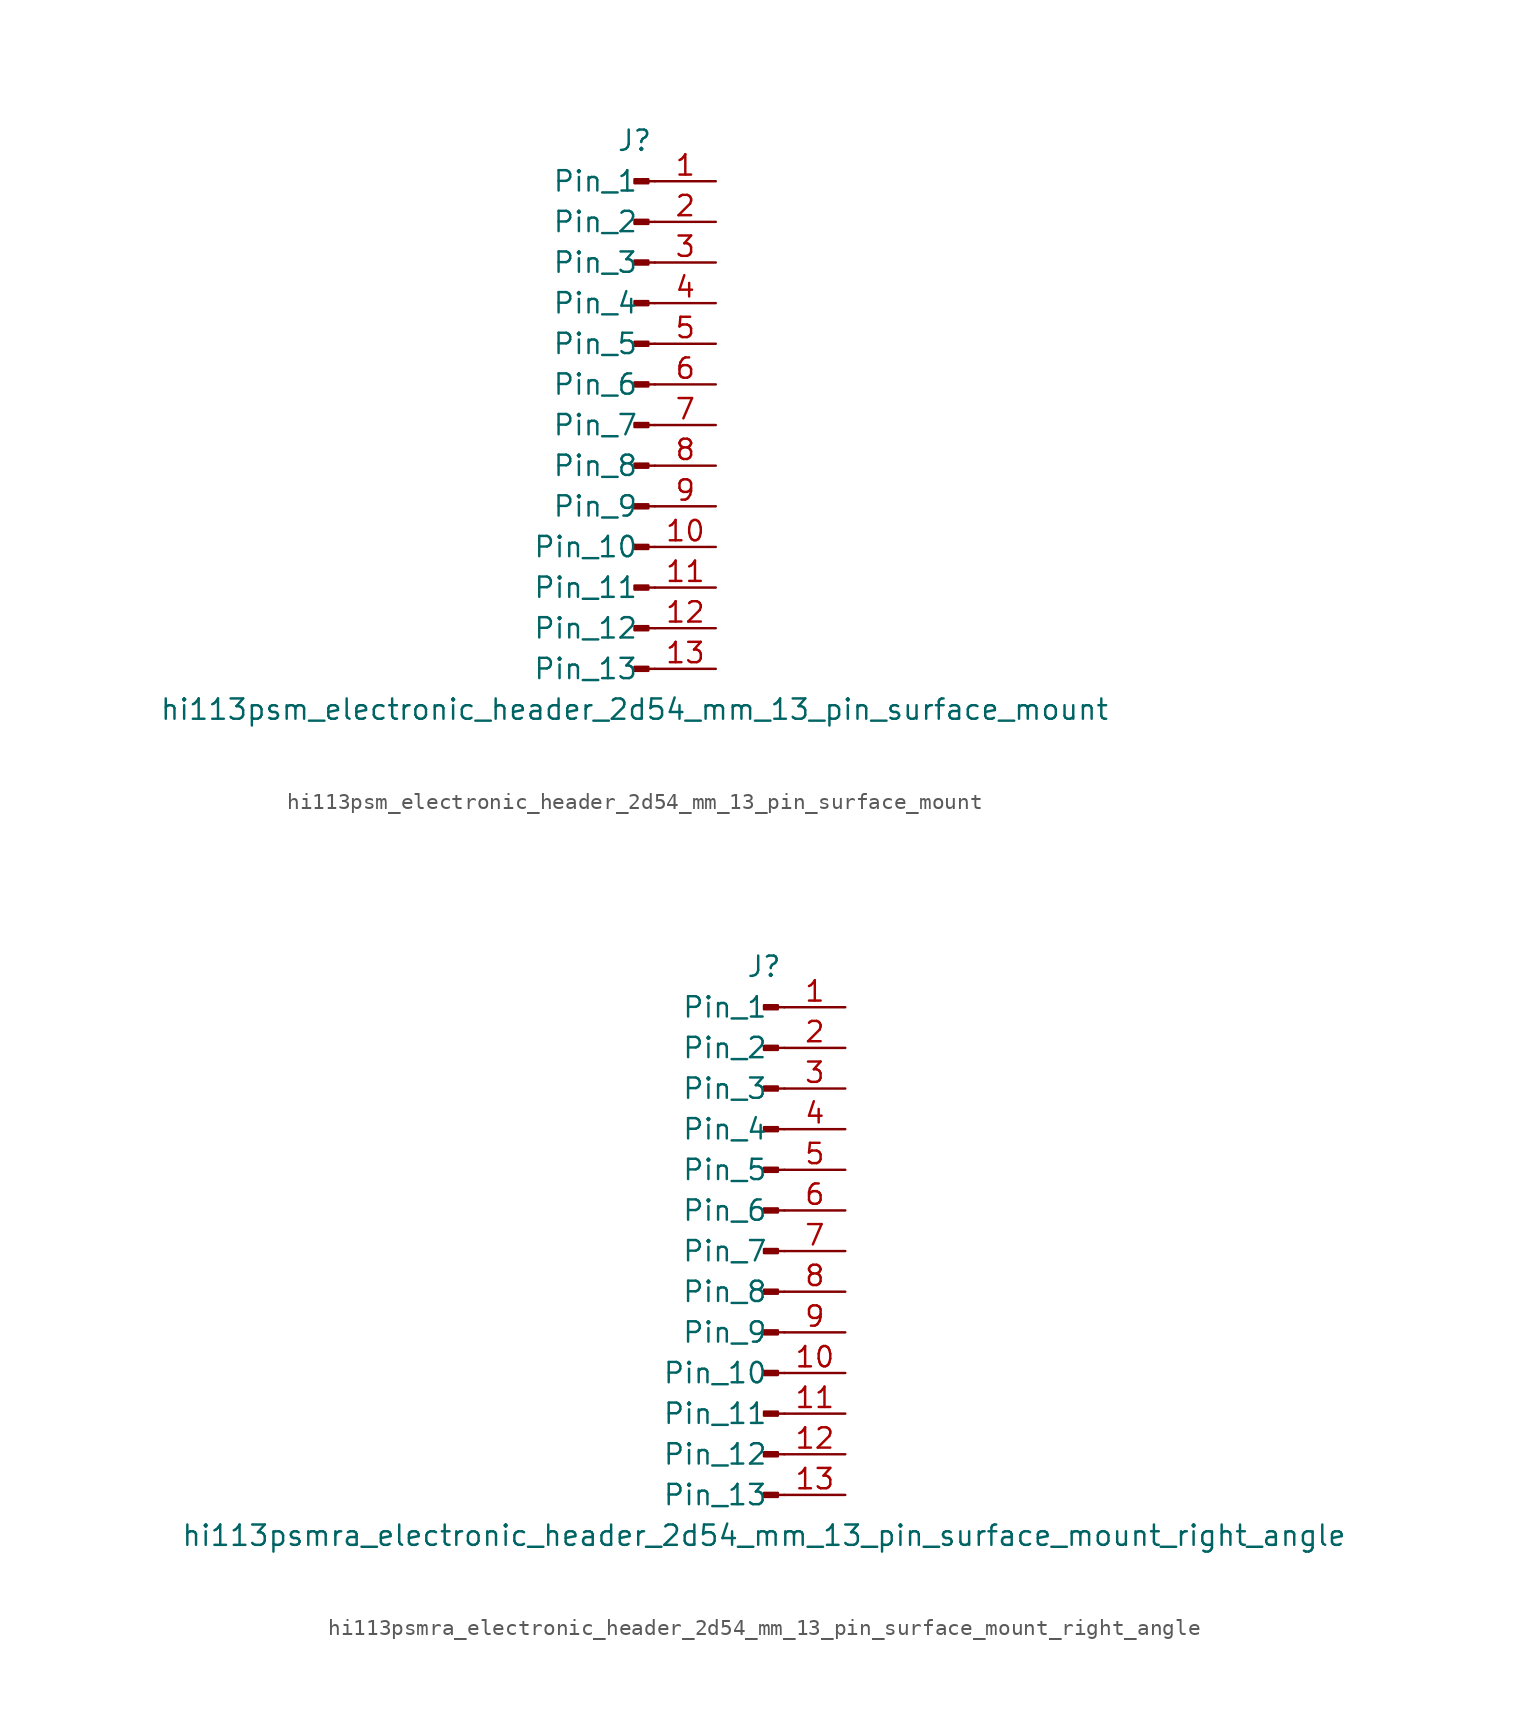
<source format=kicad_sym>
(kicad_symbol_lib
  (version 20220914)
  (generator kicad_symbol_editor)
  (symbol "hi113psm_electronic_header_2d54_mm_13_pin_surface_mount"
    (pin_names
      (offset 1.016))
    (property "Reference" "J"
      (at 0 17.78 0)
      (effects (font (size 1.27 1.27))))
    (property "Value" "hi113psm_electronic_header_2d54_mm_13_pin_surface_mount"
      (at 0 -17.78 0)
      (effects (font (size 1.27 1.27))))
    (property "ki_locked" ""
      (at 0 0 0)
      (effects (font (size 1.27 1.27))))
    (symbol "hi113psm_electronic_header_2d54_mm_13_pin_surface_mount_1_1"
      (polyline (pts (xy 1.27 -15.24) (xy 0.864 -15.24)) (stroke (width 0.152) (type default)) (fill (type none)))
      (polyline (pts (xy 1.27 -12.7) (xy 0.864 -12.7)) (stroke (width 0.152) (type default)) (fill (type none)))
      (polyline (pts (xy 1.27 -10.16) (xy 0.864 -10.16)) (stroke (width 0.152) (type default)) (fill (type none)))
      (polyline (pts (xy 1.27 -7.62) (xy 0.864 -7.62)) (stroke (width 0.152) (type default)) (fill (type none)))
      (polyline (pts (xy 1.27 -5.08) (xy 0.864 -5.08)) (stroke (width 0.152) (type default)) (fill (type none)))
      (polyline (pts (xy 1.27 -2.54) (xy 0.864 -2.54)) (stroke (width 0.152) (type default)) (fill (type none)))
      (polyline (pts (xy 1.27 0) (xy 0.864 0)) (stroke (width 0.152) (type default)) (fill (type none)))
      (polyline (pts (xy 1.27 2.54) (xy 0.864 2.54)) (stroke (width 0.152) (type default)) (fill (type none)))
      (polyline (pts (xy 1.27 5.08) (xy 0.864 5.08)) (stroke (width 0.152) (type default)) (fill (type none)))
      (polyline (pts (xy 1.27 7.62) (xy 0.864 7.62)) (stroke (width 0.152) (type default)) (fill (type none)))
      (polyline (pts (xy 1.27 10.16) (xy 0.864 10.16)) (stroke (width 0.152) (type default)) (fill (type none)))
      (polyline (pts (xy 1.27 12.7) (xy 0.864 12.7)) (stroke (width 0.152) (type default)) (fill (type none)))
      (polyline (pts (xy 1.27 15.24) (xy 0.864 15.24)) (stroke (width 0.152) (type default)) (fill (type none)))
      (rectangle (start 0.864 -15.113) (end 0 -15.367) (stroke (width 0.152) (type default)) (fill (type outline)))
      (rectangle (start 0.864 -12.573) (end 0 -12.827) (stroke (width 0.152) (type default)) (fill (type outline)))
      (rectangle (start 0.864 -10.033) (end 0 -10.287) (stroke (width 0.152) (type default)) (fill (type outline)))
      (rectangle (start 0.864 -7.493) (end 0 -7.747) (stroke (width 0.152) (type default)) (fill (type outline)))
      (rectangle (start 0.864 -4.953) (end 0 -5.207) (stroke (width 0.152) (type default)) (fill (type outline)))
      (rectangle (start 0.864 -2.413) (end 0 -2.667) (stroke (width 0.152) (type default)) (fill (type outline)))
      (rectangle (start 0.864 0.127) (end 0 -0.127) (stroke (width 0.152) (type default)) (fill (type outline)))
      (rectangle (start 0.864 2.667) (end 0 2.413) (stroke (width 0.152) (type default)) (fill (type outline)))
      (rectangle (start 0.864 5.207) (end 0 4.953) (stroke (width 0.152) (type default)) (fill (type outline)))
      (rectangle (start 0.864 7.747) (end 0 7.493) (stroke (width 0.152) (type default)) (fill (type outline)))
      (rectangle (start 0.864 10.287) (end 0 10.033) (stroke (width 0.152) (type default)) (fill (type outline)))
      (rectangle (start 0.864 12.827) (end 0 12.573) (stroke (width 0.152) (type default)) (fill (type outline)))
      (rectangle (start 0.864 15.367) (end 0 15.113) (stroke (width 0.152) (type default)) (fill (type outline)))
      (pin passive line (at 5.08 15.24 180) (length 3.81) (name "Pin_1" (effects (font (size 1.27 1.27)))) (number "1" (effects (font (size 1.27 1.27)))))
      (pin passive line (at 5.08 -7.62 180) (length 3.81) (name "Pin_10" (effects (font (size 1.27 1.27)))) (number "10" (effects (font (size 1.27 1.27)))))
      (pin passive line (at 5.08 -10.16 180) (length 3.81) (name "Pin_11" (effects (font (size 1.27 1.27)))) (number "11" (effects (font (size 1.27 1.27)))))
      (pin passive line (at 5.08 -12.7 180) (length 3.81) (name "Pin_12" (effects (font (size 1.27 1.27)))) (number "12" (effects (font (size 1.27 1.27)))))
      (pin passive line (at 5.08 -15.24 180) (length 3.81) (name "Pin_13" (effects (font (size 1.27 1.27)))) (number "13" (effects (font (size 1.27 1.27)))))
      (pin passive line (at 5.08 12.7 180) (length 3.81) (name "Pin_2" (effects (font (size 1.27 1.27)))) (number "2" (effects (font (size 1.27 1.27)))))
      (pin passive line (at 5.08 10.16 180) (length 3.81) (name "Pin_3" (effects (font (size 1.27 1.27)))) (number "3" (effects (font (size 1.27 1.27)))))
      (pin passive line (at 5.08 7.62 180) (length 3.81) (name "Pin_4" (effects (font (size 1.27 1.27)))) (number "4" (effects (font (size 1.27 1.27)))))
      (pin passive line (at 5.08 5.08 180) (length 3.81) (name "Pin_5" (effects (font (size 1.27 1.27)))) (number "5" (effects (font (size 1.27 1.27)))))
      (pin passive line (at 5.08 2.54 180) (length 3.81) (name "Pin_6" (effects (font (size 1.27 1.27)))) (number "6" (effects (font (size 1.27 1.27)))))
      (pin passive line (at 5.08 0 180) (length 3.81) (name "Pin_7" (effects (font (size 1.27 1.27)))) (number "7" (effects (font (size 1.27 1.27)))))
      (pin passive line (at 5.08 -2.54 180) (length 3.81) (name "Pin_8" (effects (font (size 1.27 1.27)))) (number "8" (effects (font (size 1.27 1.27)))))
      (pin passive line (at 5.08 -5.08 180) (length 3.81) (name "Pin_9" (effects (font (size 1.27 1.27)))) (number "9" (effects (font (size 1.27 1.27)))))))
  (symbol "hi113psmra_electronic_header_2d54_mm_13_pin_surface_mount_right_angle"
    (pin_names
      (offset 1.016))
    (property "Reference" "J"
      (at 0 17.78 0)
      (effects (font (size 1.27 1.27))))
    (property "Value" "hi113psmra_electronic_header_2d54_mm_13_pin_surface_mount_right_angle"
      (at 0 -17.78 0)
      (effects (font (size 1.27 1.27))))
    (property "ki_locked" ""
      (at 0 0 0)
      (effects (font (size 1.27 1.27))))
    (symbol "hi113psmra_electronic_header_2d54_mm_13_pin_surface_mount_right_angle_1_1"
      (polyline (pts (xy 1.27 -15.24) (xy 0.864 -15.24)) (stroke (width 0.152) (type default)) (fill (type none)))
      (polyline (pts (xy 1.27 -12.7) (xy 0.864 -12.7)) (stroke (width 0.152) (type default)) (fill (type none)))
      (polyline (pts (xy 1.27 -10.16) (xy 0.864 -10.16)) (stroke (width 0.152) (type default)) (fill (type none)))
      (polyline (pts (xy 1.27 -7.62) (xy 0.864 -7.62)) (stroke (width 0.152) (type default)) (fill (type none)))
      (polyline (pts (xy 1.27 -5.08) (xy 0.864 -5.08)) (stroke (width 0.152) (type default)) (fill (type none)))
      (polyline (pts (xy 1.27 -2.54) (xy 0.864 -2.54)) (stroke (width 0.152) (type default)) (fill (type none)))
      (polyline (pts (xy 1.27 0) (xy 0.864 0)) (stroke (width 0.152) (type default)) (fill (type none)))
      (polyline (pts (xy 1.27 2.54) (xy 0.864 2.54)) (stroke (width 0.152) (type default)) (fill (type none)))
      (polyline (pts (xy 1.27 5.08) (xy 0.864 5.08)) (stroke (width 0.152) (type default)) (fill (type none)))
      (polyline (pts (xy 1.27 7.62) (xy 0.864 7.62)) (stroke (width 0.152) (type default)) (fill (type none)))
      (polyline (pts (xy 1.27 10.16) (xy 0.864 10.16)) (stroke (width 0.152) (type default)) (fill (type none)))
      (polyline (pts (xy 1.27 12.7) (xy 0.864 12.7)) (stroke (width 0.152) (type default)) (fill (type none)))
      (polyline (pts (xy 1.27 15.24) (xy 0.864 15.24)) (stroke (width 0.152) (type default)) (fill (type none)))
      (rectangle (start 0.864 -15.113) (end 0 -15.367) (stroke (width 0.152) (type default)) (fill (type outline)))
      (rectangle (start 0.864 -12.573) (end 0 -12.827) (stroke (width 0.152) (type default)) (fill (type outline)))
      (rectangle (start 0.864 -10.033) (end 0 -10.287) (stroke (width 0.152) (type default)) (fill (type outline)))
      (rectangle (start 0.864 -7.493) (end 0 -7.747) (stroke (width 0.152) (type default)) (fill (type outline)))
      (rectangle (start 0.864 -4.953) (end 0 -5.207) (stroke (width 0.152) (type default)) (fill (type outline)))
      (rectangle (start 0.864 -2.413) (end 0 -2.667) (stroke (width 0.152) (type default)) (fill (type outline)))
      (rectangle (start 0.864 0.127) (end 0 -0.127) (stroke (width 0.152) (type default)) (fill (type outline)))
      (rectangle (start 0.864 2.667) (end 0 2.413) (stroke (width 0.152) (type default)) (fill (type outline)))
      (rectangle (start 0.864 5.207) (end 0 4.953) (stroke (width 0.152) (type default)) (fill (type outline)))
      (rectangle (start 0.864 7.747) (end 0 7.493) (stroke (width 0.152) (type default)) (fill (type outline)))
      (rectangle (start 0.864 10.287) (end 0 10.033) (stroke (width 0.152) (type default)) (fill (type outline)))
      (rectangle (start 0.864 12.827) (end 0 12.573) (stroke (width 0.152) (type default)) (fill (type outline)))
      (rectangle (start 0.864 15.367) (end 0 15.113) (stroke (width 0.152) (type default)) (fill (type outline)))
      (pin passive line (at 5.08 15.24 180) (length 3.81) (name "Pin_1" (effects (font (size 1.27 1.27)))) (number "1" (effects (font (size 1.27 1.27)))))
      (pin passive line (at 5.08 -7.62 180) (length 3.81) (name "Pin_10" (effects (font (size 1.27 1.27)))) (number "10" (effects (font (size 1.27 1.27)))))
      (pin passive line (at 5.08 -10.16 180) (length 3.81) (name "Pin_11" (effects (font (size 1.27 1.27)))) (number "11" (effects (font (size 1.27 1.27)))))
      (pin passive line (at 5.08 -12.7 180) (length 3.81) (name "Pin_12" (effects (font (size 1.27 1.27)))) (number "12" (effects (font (size 1.27 1.27)))))
      (pin passive line (at 5.08 -15.24 180) (length 3.81) (name "Pin_13" (effects (font (size 1.27 1.27)))) (number "13" (effects (font (size 1.27 1.27)))))
      (pin passive line (at 5.08 12.7 180) (length 3.81) (name "Pin_2" (effects (font (size 1.27 1.27)))) (number "2" (effects (font (size 1.27 1.27)))))
      (pin passive line (at 5.08 10.16 180) (length 3.81) (name "Pin_3" (effects (font (size 1.27 1.27)))) (number "3" (effects (font (size 1.27 1.27)))))
      (pin passive line (at 5.08 7.62 180) (length 3.81) (name "Pin_4" (effects (font (size 1.27 1.27)))) (number "4" (effects (font (size 1.27 1.27)))))
      (pin passive line (at 5.08 5.08 180) (length 3.81) (name "Pin_5" (effects (font (size 1.27 1.27)))) (number "5" (effects (font (size 1.27 1.27)))))
      (pin passive line (at 5.08 2.54 180) (length 3.81) (name "Pin_6" (effects (font (size 1.27 1.27)))) (number "6" (effects (font (size 1.27 1.27)))))
      (pin passive line (at 5.08 0 180) (length 3.81) (name "Pin_7" (effects (font (size 1.27 1.27)))) (number "7" (effects (font (size 1.27 1.27)))))
      (pin passive line (at 5.08 -2.54 180) (length 3.81) (name "Pin_8" (effects (font (size 1.27 1.27)))) (number "8" (effects (font (size 1.27 1.27)))))
      (pin passive line (at 5.08 -5.08 180) (length 3.81) (name "Pin_9" (effects (font (size 1.27 1.27)))) (number "9" (effects (font (size 1.27 1.27))))))))
</source>
